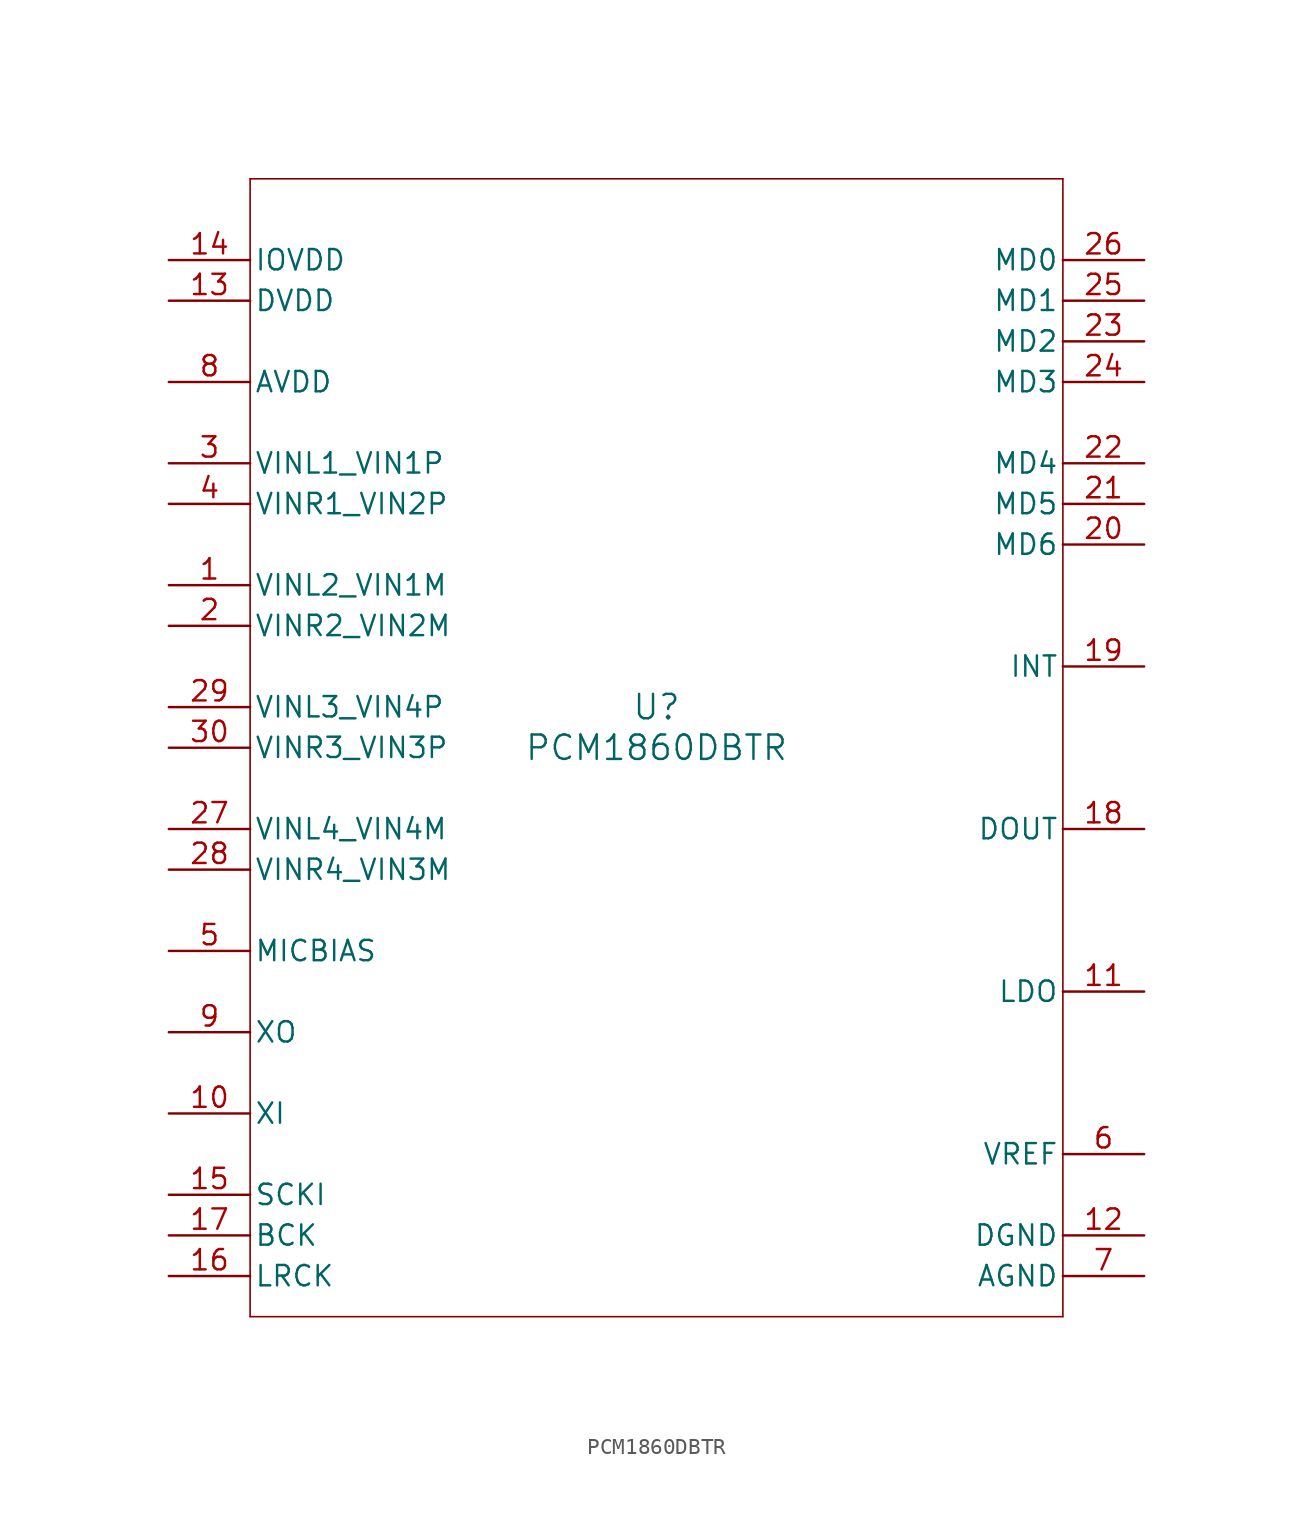
<source format=kicad_sym>
(kicad_symbol_lib
  (version 20211014)
  (generator kicad_symbol_editor)
  (symbol "PCM1860DBTR"
    (pin_names
      (offset 0.254))
    (property "Reference" "U"
      (at 0 2.54 0)
      (effects (font (size 1.524 1.524))))
    (property "Value" "PCM1860DBTR"
      (at 0 0 0)
      (effects (font (size 1.524 1.524))))
    (symbol "PCM1860DBTR_0_1"
      (polyline (pts (xy -25.4 -35.56) (xy 25.4 -35.56)) (stroke (width 0.102) (type default) (color 0 0 0 0)) (fill (type none)))
      (polyline (pts (xy 25.4 -35.56) (xy 25.4 35.56)) (stroke (width 0.102) (type default) (color 0 0 0 0)) (fill (type none)))
      (polyline (pts (xy 25.4 35.56) (xy -25.4 35.56)) (stroke (width 0.102) (type default) (color 0 0 0 0)) (fill (type none)))
      (polyline (pts (xy -25.4 35.56) (xy -25.4 -35.56)) (stroke (width 0.102) (type default) (color 0 0 0 0)) (fill (type none)))
      (pin input line (at -30.48 10.16 0) (length 5.08) (name "VINL2_VIN1M" (effects (font (size 1.27 1.27)))) (number "1" (effects (font (size 1.27 1.27)))))
      (pin input line (at -30.48 7.62 0) (length 5.08) (name "VINR2_VIN2M" (effects (font (size 1.27 1.27)))) (number "2" (effects (font (size 1.27 1.27)))))
      (pin input line (at -30.48 17.78 0) (length 5.08) (name "VINL1_VIN1P" (effects (font (size 1.27 1.27)))) (number "3" (effects (font (size 1.27 1.27)))))
      (pin input line (at -30.48 15.24 0) (length 5.08) (name "VINR1_VIN2P" (effects (font (size 1.27 1.27)))) (number "4" (effects (font (size 1.27 1.27)))))
      (pin output line (at -30.48 -12.7 0) (length 5.08) (name "MICBIAS" (effects (font (size 1.27 1.27)))) (number "5" (effects (font (size 1.27 1.27)))))
      (pin unspecified line (at 30.48 -25.4 180) (length 5.08) (name "VREF" (effects (font (size 1.27 1.27)))) (number "6" (effects (font (size 1.27 1.27)))))
      (pin power_in line (at 30.48 -33.02 180) (length 5.08) (name "AGND" (effects (font (size 1.27 1.27)))) (number "7" (effects (font (size 1.27 1.27)))))
      (pin power_in line (at -30.48 22.86 0) (length 5.08) (name "AVDD" (effects (font (size 1.27 1.27)))) (number "8" (effects (font (size 1.27 1.27)))))
      (pin unspecified line (at -30.48 -17.78 0) (length 5.08) (name "XO" (effects (font (size 1.27 1.27)))) (number "9" (effects (font (size 1.27 1.27)))))
      (pin unspecified line (at -30.48 -22.86 0) (length 5.08) (name "XI" (effects (font (size 1.27 1.27)))) (number "10" (effects (font (size 1.27 1.27)))))
      (pin output line (at 30.48 -15.24 180) (length 5.08) (name "LDO" (effects (font (size 1.27 1.27)))) (number "11" (effects (font (size 1.27 1.27)))))
      (pin power_in line (at 30.48 -30.48 180) (length 5.08) (name "DGND" (effects (font (size 1.27 1.27)))) (number "12" (effects (font (size 1.27 1.27)))))
      (pin power_in line (at -30.48 27.94 0) (length 5.08) (name "DVDD" (effects (font (size 1.27 1.27)))) (number "13" (effects (font (size 1.27 1.27)))))
      (pin power_in line (at -30.48 30.48 0) (length 5.08) (name "IOVDD" (effects (font (size 1.27 1.27)))) (number "14" (effects (font (size 1.27 1.27)))))
      (pin input line (at -30.48 -27.94 0) (length 5.08) (name "SCKI" (effects (font (size 1.27 1.27)))) (number "15" (effects (font (size 1.27 1.27)))))
      (pin bidirectional line (at -30.48 -33.02 0) (length 5.08) (name "LRCK" (effects (font (size 1.27 1.27)))) (number "16" (effects (font (size 1.27 1.27)))))
      (pin bidirectional line (at -30.48 -30.48 0) (length 5.08) (name "BCK" (effects (font (size 1.27 1.27)))) (number "17" (effects (font (size 1.27 1.27)))))
      (pin output line (at 30.48 -5.08 180) (length 5.08) (name "DOUT" (effects (font (size 1.27 1.27)))) (number "18" (effects (font (size 1.27 1.27)))))
      (pin output line (at 30.48 5.08 180) (length 5.08) (name "INT" (effects (font (size 1.27 1.27)))) (number "19" (effects (font (size 1.27 1.27)))))
      (pin input line (at 30.48 12.7 180) (length 5.08) (name "MD6" (effects (font (size 1.27 1.27)))) (number "20" (effects (font (size 1.27 1.27)))))
      (pin input line (at 30.48 15.24 180) (length 5.08) (name "MD5" (effects (font (size 1.27 1.27)))) (number "21" (effects (font (size 1.27 1.27)))))
      (pin input line (at 30.48 17.78 180) (length 5.08) (name "MD4" (effects (font (size 1.27 1.27)))) (number "22" (effects (font (size 1.27 1.27)))))
      (pin input line (at 30.48 25.4 180) (length 5.08) (name "MD2" (effects (font (size 1.27 1.27)))) (number "23" (effects (font (size 1.27 1.27)))))
      (pin input line (at 30.48 22.86 180) (length 5.08) (name "MD3" (effects (font (size 1.27 1.27)))) (number "24" (effects (font (size 1.27 1.27)))))
      (pin input line (at 30.48 27.94 180) (length 5.08) (name "MD1" (effects (font (size 1.27 1.27)))) (number "25" (effects (font (size 1.27 1.27)))))
      (pin input line (at 30.48 30.48 180) (length 5.08) (name "MD0" (effects (font (size 1.27 1.27)))) (number "26" (effects (font (size 1.27 1.27)))))
      (pin input line (at -30.48 -5.08 0) (length 5.08) (name "VINL4_VIN4M" (effects (font (size 1.27 1.27)))) (number "27" (effects (font (size 1.27 1.27)))))
      (pin input line (at -30.48 -7.62 0) (length 5.08) (name "VINR4_VIN3M" (effects (font (size 1.27 1.27)))) (number "28" (effects (font (size 1.27 1.27)))))
      (pin input line (at -30.48 2.54 0) (length 5.08) (name "VINL3_VIN4P" (effects (font (size 1.27 1.27)))) (number "29" (effects (font (size 1.27 1.27)))))
      (pin input line (at -30.48 0 0) (length 5.08) (name "VINR3_VIN3P" (effects (font (size 1.27 1.27)))) (number "30" (effects (font (size 1.27 1.27))))))))
</source>
